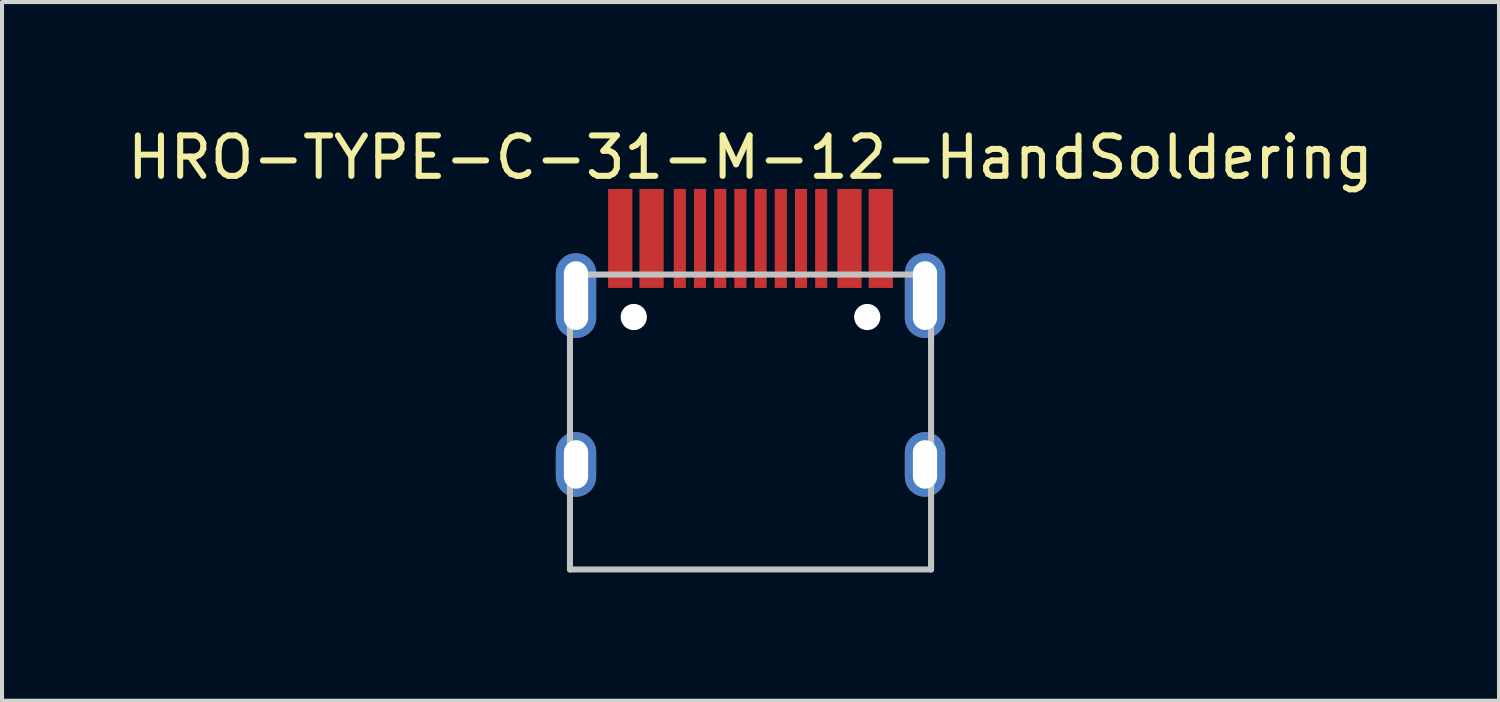
<source format=kicad_pcb>
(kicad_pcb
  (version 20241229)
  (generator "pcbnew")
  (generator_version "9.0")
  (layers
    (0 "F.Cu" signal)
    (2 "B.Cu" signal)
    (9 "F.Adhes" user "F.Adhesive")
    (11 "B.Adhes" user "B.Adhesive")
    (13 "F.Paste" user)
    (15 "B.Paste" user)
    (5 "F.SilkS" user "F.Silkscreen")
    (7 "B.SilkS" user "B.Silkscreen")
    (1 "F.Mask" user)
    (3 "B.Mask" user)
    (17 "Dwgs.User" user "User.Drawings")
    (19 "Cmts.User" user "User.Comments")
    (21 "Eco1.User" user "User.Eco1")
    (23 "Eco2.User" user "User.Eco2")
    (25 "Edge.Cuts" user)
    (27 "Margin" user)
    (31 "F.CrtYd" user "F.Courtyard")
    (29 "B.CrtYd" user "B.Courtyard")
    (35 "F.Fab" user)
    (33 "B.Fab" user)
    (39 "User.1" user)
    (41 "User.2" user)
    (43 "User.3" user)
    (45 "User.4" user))
  (footprint "HRO-TYPE-C-31-M-12-HandSoldering"
    (layer "F.Cu")
    (at 15.53 11.048)
    (property "Reference" "HRO-TYPE-C-31-M-12-HandSoldering" (at 0 -10.2 0) (layer "F.SilkS") (effects (font (size 1 1) (thickness 0.15))))
    (attr smd)
    (fp_line (start -4.47 -7.3) (end 4.47 -7.3) (stroke (width 0.15) (type solid)) (layer "Dwgs.User"))
    (fp_line (start -4.47 0) (end -4.47 -7.3) (stroke (width 0.15) (type solid)) (layer "Dwgs.User"))
    (fp_line (start -4.47 0) (end 4.47 0) (stroke (width 0.15) (type solid)) (layer "Dwgs.User"))
    (fp_line (start 4.47 0) (end 4.47 -7.3) (stroke (width 0.15) (type solid)) (layer "Dwgs.User"))
    (pad "" np_thru_hole circle (at -2.89 -6.25) (size 0.65 0.65) (drill 0.65) (layers "*.Cu" "*.Mask"))
    (pad "" np_thru_hole circle (at 2.89 -6.25) (size 0.65 0.65) (drill 0.65) (layers "*.Cu" "*.Mask"))
    (pad "13" thru_hole oval (at -4.32 -6.78) (size 1 2.1) (drill oval 0.6 1.7) (layers "*.Cu" "B.Mask"))
    (pad "13" thru_hole oval (at -4.32 -2.6) (size 1 1.6) (drill oval 0.6 1.2) (layers "*.Cu" "B.Mask"))
    (pad "13" thru_hole oval (at 4.32 -6.78) (size 1 2.1) (drill oval 0.6 1.7) (layers "*.Cu" "B.Mask"))
    (pad "13" thru_hole oval (at 4.32 -2.6) (size 1 1.6) (drill oval 0.6 1.2) (layers "*.Cu" "B.Mask"))
    (pad "A1" smd rect (at -3.225 -8.195) (size 0.6 2.45) (layers "F.Cu" "F.Mask" "F.Paste"))
    (pad "A1" smd rect (at 3.225 -8.195) (size 0.6 2.45) (layers "F.Cu" "F.Mask" "F.Paste"))
    (pad "A4" smd rect (at -2.45 -8.195) (size 0.6 2.45) (layers "F.Cu" "F.Mask" "F.Paste"))
    (pad "A4" smd rect (at 2.45 -8.195) (size 0.6 2.45) (layers "F.Cu" "F.Mask" "F.Paste"))
    (pad "A5" smd rect (at -1.25 -8.195) (size 0.3 2.45) (layers "F.Cu" "F.Mask" "F.Paste"))
    (pad "A6" smd rect (at -0.25 -8.195) (size 0.3 2.45) (layers "F.Cu" "F.Mask" "F.Paste"))
    (pad "A7" smd rect (at 0.25 -8.195) (size 0.3 2.45) (layers "F.Cu" "F.Mask" "F.Paste"))
    (pad "A8" smd rect (at 1.25 -8.195) (size 0.3 2.45) (layers "F.Cu" "F.Mask" "F.Paste"))
    (pad "B5" smd rect (at 1.75 -8.195) (size 0.3 2.45) (layers "F.Cu" "F.Mask" "F.Paste"))
    (pad "B6" smd rect (at 0.75 -8.195) (size 0.3 2.45) (layers "F.Cu" "F.Mask" "F.Paste"))
    (pad "B7" smd rect (at -0.75 -8.195) (size 0.3 2.45) (layers "F.Cu" "F.Mask" "F.Paste"))
    (pad "B8" smd rect (at -1.75 -8.195) (size 0.3 2.45) (layers "F.Cu" "F.Mask" "F.Paste")))
  (gr_rect
    (start -3 -3)
    (end 34.06 14.298)
    (stroke (width 0.1) (type default))
    (fill no)
    (layer "Edge.Cuts")))
</source>
